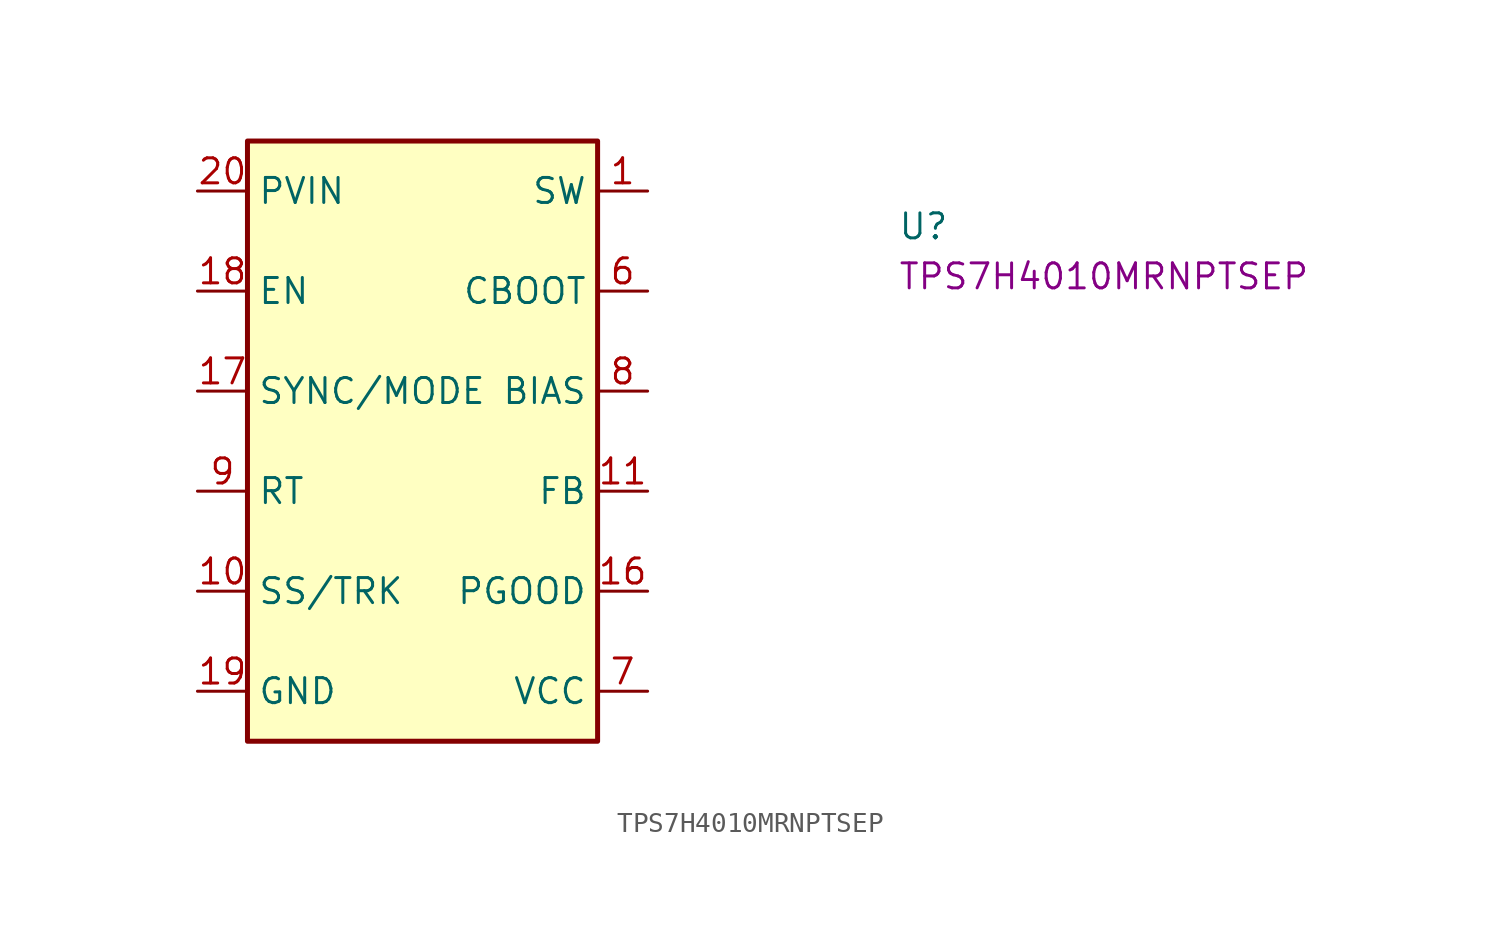
<source format=kicad_sym>
(kicad_symbol_lib
  (version 20220914)
  (generator kicad_symbol_editor)
  (symbol "TPS7H4010MRNPTSEP"
    (property "Reference" "U"
      (at 35.56 -2.54 0)
      (effects (font (size 1.27 1.27) (thickness 0.15)) (justify left bottom)))
    (property "MPN" "TPS7H4010MRNPTSEP"
      (at 35.56 -5.08 0)
      (effects (font (size 1.27 1.27) (thickness 0.15)) (justify left bottom)))
    (symbol "TPS7H4010MRNPTSEP_1_1"
      (rectangle (start 2.54 2.54) (end 20.32 -27.94) (stroke (width 0.254) (type default)) (fill (type background)))
      (pin passive line (at 22.86 0 180) (length 2.54) (name "SW" (effects (font (size 1.27 1.27)))) (number "1" (effects (font (size 1.27 1.27)))))
      (pin passive line (at 0 -20.32 0) (length 2.54) (name "SS/TRK" (effects (font (size 1.27 1.27)))) (number "10" (effects (font (size 1.27 1.27)))))
      (pin input line (at 22.86 -15.24 180) (length 2.54) (name "FB" (effects (font (size 1.27 1.27)))) (number "11" (effects (font (size 1.27 1.27)))))
      (pin passive line (at 0 -25.4 0) (length 2.54) hide (name "NC" (effects (font (size 1.27 1.27)))) (number "12" (effects (font (size 1.27 1.27)))))
      (pin passive line (at 0 -25.4 0) (length 2.54) hide (name "NC" (effects (font (size 1.27 1.27)))) (number "13" (effects (font (size 1.27 1.27)))))
      (pin passive line (at 0 -25.4 0) (length 2.54) hide (name "NC" (effects (font (size 1.27 1.27)))) (number "14" (effects (font (size 1.27 1.27)))))
      (pin passive line (at 0 -25.4 0) (length 2.54) hide (name "NC" (effects (font (size 1.27 1.27)))) (number "15" (effects (font (size 1.27 1.27)))))
      (pin output line (at 22.86 -20.32 180) (length 2.54) (name "PGOOD" (effects (font (size 1.27 1.27)))) (number "16" (effects (font (size 1.27 1.27)))))
      (pin input line (at 0 -10.16 0) (length 2.54) (name "SYNC/MODE" (effects (font (size 1.27 1.27)))) (number "17" (effects (font (size 1.27 1.27)))))
      (pin input line (at 0 -5.08 0) (length 2.54) (name "EN" (effects (font (size 1.27 1.27)))) (number "18" (effects (font (size 1.27 1.27)))))
      (pin passive line (at 0 -25.4 0) (length 2.54) (name "GND" (effects (font (size 1.27 1.27)))) (number "19" (effects (font (size 1.27 1.27)))))
      (pin passive line (at 22.86 0 180) (length 2.54) hide (name "SW" (effects (font (size 1.27 1.27)))) (number "2" (effects (font (size 1.27 1.27)))))
      (pin power_in line (at 0 0 0) (length 2.54) (name "PVIN" (effects (font (size 1.27 1.27)))) (number "20" (effects (font (size 1.27 1.27)))))
      (pin power_in line (at 0 0 0) (length 2.54) hide (name "PVIN" (effects (font (size 1.27 1.27)))) (number "21" (effects (font (size 1.27 1.27)))))
      (pin power_in line (at 0 0 0) (length 2.54) hide (name "PVIN" (effects (font (size 1.27 1.27)))) (number "22" (effects (font (size 1.27 1.27)))))
      (pin passive line (at 0 -25.4 0) (length 2.54) hide (name "GND" (effects (font (size 1.27 1.27)))) (number "23" (effects (font (size 1.27 1.27)))))
      (pin passive line (at 0 -25.4 0) (length 2.54) hide (name "GND" (effects (font (size 1.27 1.27)))) (number "24" (effects (font (size 1.27 1.27)))))
      (pin passive line (at 0 -25.4 0) (length 2.54) hide (name "GND" (effects (font (size 1.27 1.27)))) (number "25" (effects (font (size 1.27 1.27)))))
      (pin passive line (at 0 -25.4 0) (length 2.54) hide (name "GND" (effects (font (size 1.27 1.27)))) (number "26" (effects (font (size 1.27 1.27)))))
      (pin passive line (at 0 -25.4 0) (length 2.54) hide (name "NC" (effects (font (size 1.27 1.27)))) (number "27" (effects (font (size 1.27 1.27)))))
      (pin passive line (at 0 -25.4 0) (length 2.54) hide (name "NC" (effects (font (size 1.27 1.27)))) (number "28" (effects (font (size 1.27 1.27)))))
      (pin passive line (at 0 -25.4 0) (length 2.54) hide (name "NC" (effects (font (size 1.27 1.27)))) (number "29" (effects (font (size 1.27 1.27)))))
      (pin passive line (at 22.86 0 180) (length 2.54) hide (name "SW" (effects (font (size 1.27 1.27)))) (number "3" (effects (font (size 1.27 1.27)))))
      (pin passive line (at 0 -25.4 0) (length 2.54) hide (name "NC" (effects (font (size 1.27 1.27)))) (number "30" (effects (font (size 1.27 1.27)))))
      (pin passive line (at 0 -25.4 0) (length 2.54) hide (name "GND" (effects (font (size 1.27 1.27)))) (number "31" (effects (font (size 1.27 1.27)))))
      (pin passive line (at 22.86 0 180) (length 2.54) hide (name "SW" (effects (font (size 1.27 1.27)))) (number "4" (effects (font (size 1.27 1.27)))))
      (pin passive line (at 22.86 0 180) (length 2.54) hide (name "SW" (effects (font (size 1.27 1.27)))) (number "5" (effects (font (size 1.27 1.27)))))
      (pin passive line (at 22.86 -5.08 180) (length 2.54) (name "CBOOT" (effects (font (size 1.27 1.27)))) (number "6" (effects (font (size 1.27 1.27)))))
      (pin power_out line (at 22.86 -25.4 180) (length 2.54) (name "VCC" (effects (font (size 1.27 1.27)))) (number "7" (effects (font (size 1.27 1.27)))))
      (pin passive line (at 22.86 -10.16 180) (length 2.54) (name "BIAS" (effects (font (size 1.27 1.27)))) (number "8" (effects (font (size 1.27 1.27)))))
      (pin passive line (at 0 -15.24 0) (length 2.54) (name "RT" (effects (font (size 1.27 1.27)))) (number "9" (effects (font (size 1.27 1.27))))))))
</source>
